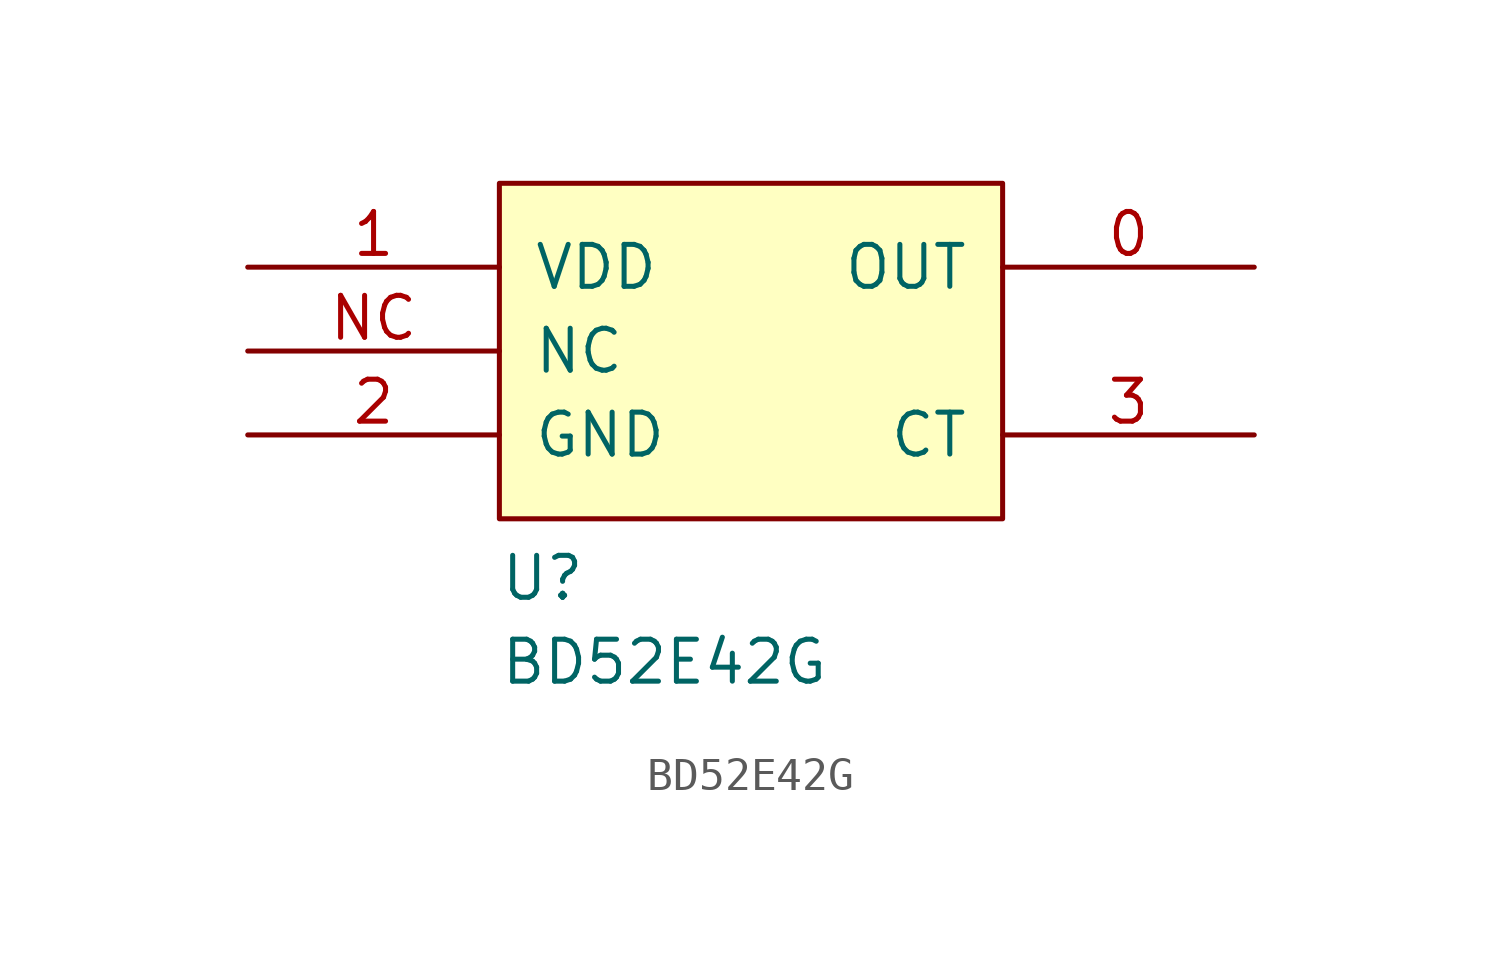
<source format=kicad_sym>
(kicad_symbol_lib
  (version 20211014)
  (generator kicad_symbol_editor)
  (symbol "BD52E42G"
    (pin_names
      (offset 1.016))
    (property "Reference" "U"
      (at -7.62 -7.62 0)
      (effects (font (size 1.27 1.27)) (justify left bottom)))
    (property "Value" "BD52E42G"
      (at -7.62 -10.16 0)
      (effects (font (size 1.27 1.27)) (justify left bottom)))
    (symbol "BD52E42G_0_1"
      (rectangle (start -7.62 5.08) (end 7.62 -5.08) (stroke (width 0) (type default) (color 0 0 0 0)) (fill (type background))))
    (symbol "BD52E42G_1_1"
      (pin passive line (at 15.24 2.54 180) (length 7.62) (name "OUT" (effects (font (size 1.27 1.27)))) (number "0" (effects (font (size 1.27 1.27)))))
      (pin passive line (at -15.24 2.54 0) (length 7.62) (name "VDD" (effects (font (size 1.27 1.27)))) (number "1" (effects (font (size 1.27 1.27)))))
      (pin passive line (at -15.24 -2.54 0) (length 7.62) (name "GND" (effects (font (size 1.27 1.27)))) (number "2" (effects (font (size 1.27 1.27)))))
      (pin passive line (at 15.24 -2.54 180) (length 7.62) (name "CT" (effects (font (size 1.27 1.27)))) (number "3" (effects (font (size 1.27 1.27)))))
      (pin passive line (at -15.24 0 0) (length 7.62) (name "NC" (effects (font (size 1.27 1.27)))) (number "NC" (effects (font (size 1.27 1.27))))))))
</source>
